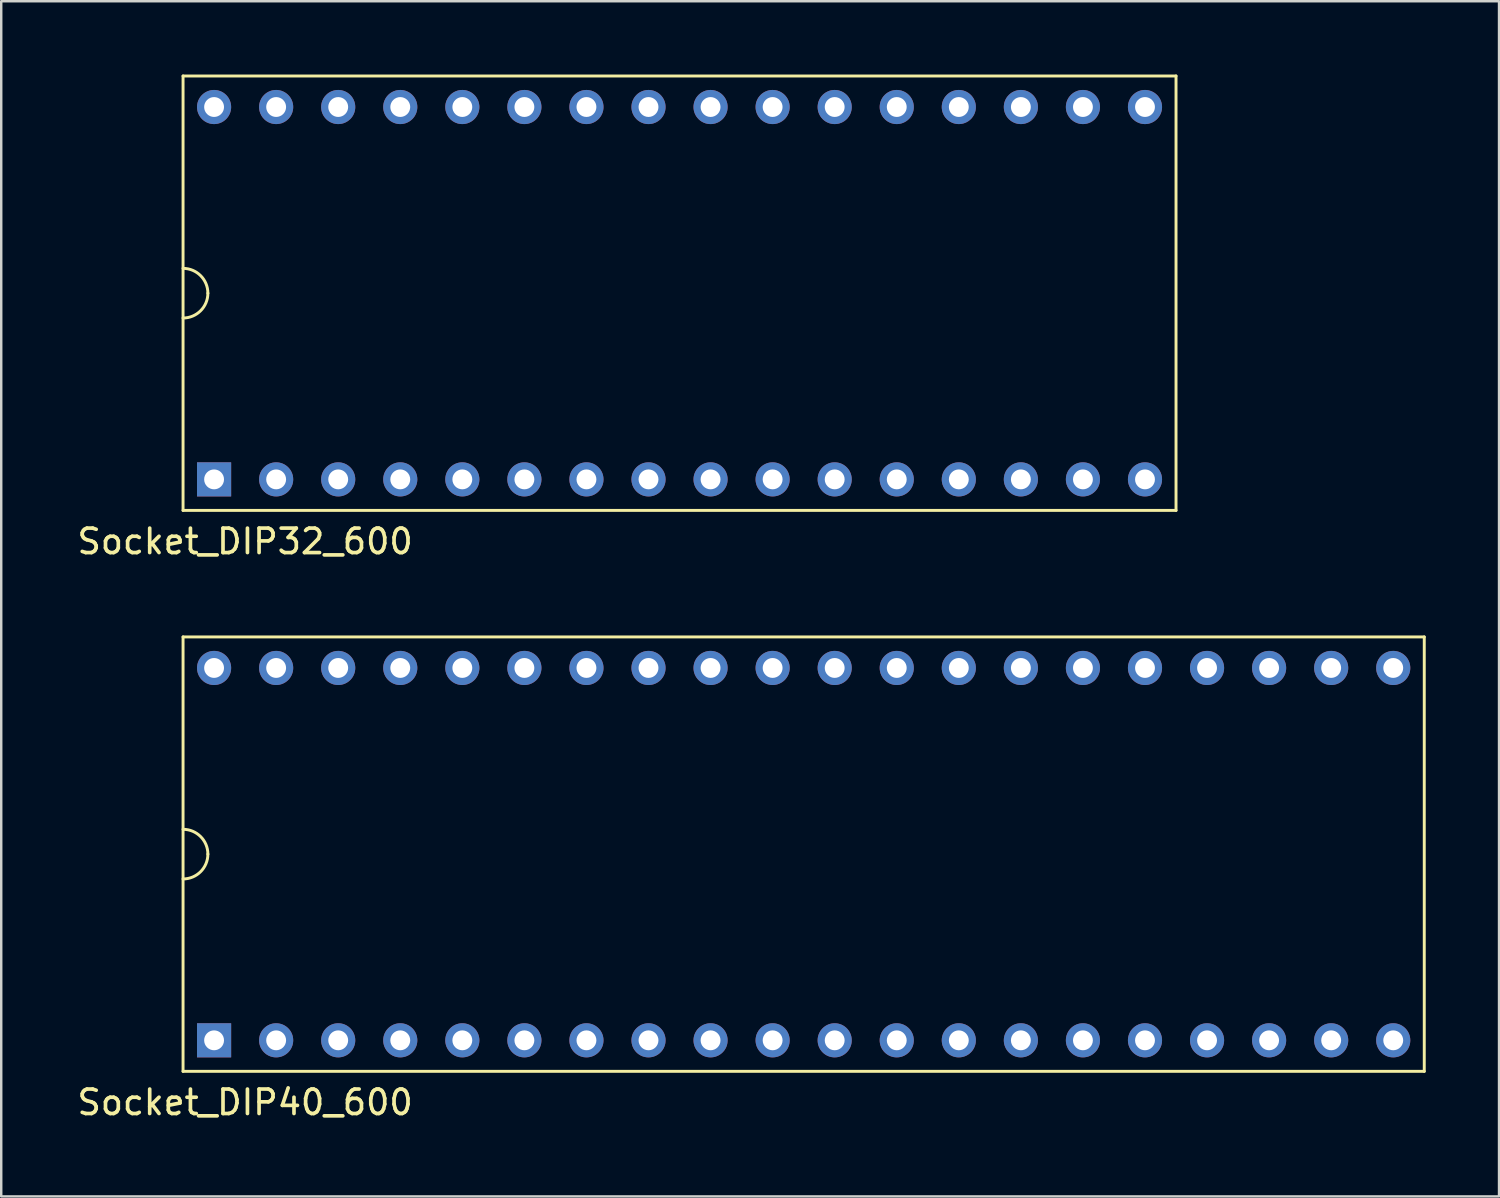
<source format=kicad_pcb>
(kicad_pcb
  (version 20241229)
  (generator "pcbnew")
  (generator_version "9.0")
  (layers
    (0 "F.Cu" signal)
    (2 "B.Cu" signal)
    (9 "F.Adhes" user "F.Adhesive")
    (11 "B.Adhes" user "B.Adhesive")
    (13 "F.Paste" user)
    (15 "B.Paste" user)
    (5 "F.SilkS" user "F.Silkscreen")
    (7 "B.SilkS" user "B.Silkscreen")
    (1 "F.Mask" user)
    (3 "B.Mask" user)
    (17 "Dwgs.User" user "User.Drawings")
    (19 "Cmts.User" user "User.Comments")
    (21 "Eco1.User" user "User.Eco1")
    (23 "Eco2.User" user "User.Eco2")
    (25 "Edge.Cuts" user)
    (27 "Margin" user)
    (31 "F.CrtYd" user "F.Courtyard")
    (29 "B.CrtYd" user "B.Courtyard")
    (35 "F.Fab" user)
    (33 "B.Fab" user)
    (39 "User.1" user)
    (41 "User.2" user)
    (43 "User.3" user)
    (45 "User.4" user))
  (footprint "Socket_DIP40_600"
    (layer "F.Cu")
    (at 29.842 31.908)
    (property "Reference" "Socket_DIP40_600" (at -22.86 10.16 0) (layer "F.SilkS") (effects (font (size 1 1) (thickness 0.15))))
    (attr through_hole)
    (fp_line (start -25.4 -8.89) (end 25.4 -8.89) (stroke (width 0.12) (type solid)) (layer "F.SilkS"))
    (fp_line (start -25.4 8.89) (end -25.4 -8.89) (stroke (width 0.12) (type solid)) (layer "F.SilkS"))
    (fp_line (start -25.4 8.89) (end 25.4 8.89) (stroke (width 0.12) (type solid)) (layer "F.SilkS"))
    (fp_line (start 25.4 8.89) (end 25.4 -8.89) (stroke (width 0.12) (type solid)) (layer "F.SilkS"))
    (fp_arc (start -25.4 -1.016) (mid -24.68158 -0.71842) (end -24.384 0) (stroke (width 0.12) (type solid)) (layer "F.SilkS"))
    (fp_arc (start -24.384 0) (mid -24.68158 0.71842) (end -25.4 1.016) (stroke (width 0.12) (type solid)) (layer "F.SilkS"))
    (pad "1" thru_hole rect (at -24.13 7.62) (size 1.397 1.397) (drill 0.813) (layers "*.Cu" "*.Mask"))
    (pad "2" thru_hole circle (at -21.59 7.62) (size 1.397 1.397) (drill 0.813) (layers "*.Cu" "*.Mask"))
    (pad "3" thru_hole circle (at -19.05 7.62) (size 1.397 1.397) (drill 0.813) (layers "*.Cu" "*.Mask"))
    (pad "4" thru_hole circle (at -16.51 7.62) (size 1.397 1.397) (drill 0.813) (layers "*.Cu" "*.Mask"))
    (pad "5" thru_hole circle (at -13.97 7.62) (size 1.397 1.397) (drill 0.813) (layers "*.Cu" "*.Mask"))
    (pad "6" thru_hole circle (at -11.43 7.62) (size 1.397 1.397) (drill 0.813) (layers "*.Cu" "*.Mask"))
    (pad "7" thru_hole circle (at -8.89 7.62) (size 1.397 1.397) (drill 0.813) (layers "*.Cu" "*.Mask"))
    (pad "8" thru_hole circle (at -6.35 7.62) (size 1.397 1.397) (drill 0.813) (layers "*.Cu" "*.Mask"))
    (pad "9" thru_hole circle (at -3.81 7.62) (size 1.397 1.397) (drill 0.813) (layers "*.Cu" "*.Mask"))
    (pad "10" thru_hole circle (at -1.27 7.62) (size 1.397 1.397) (drill 0.813) (layers "*.Cu" "*.Mask"))
    (pad "11" thru_hole circle (at 1.27 7.62) (size 1.397 1.397) (drill 0.813) (layers "*.Cu" "*.Mask"))
    (pad "12" thru_hole circle (at 3.81 7.62) (size 1.397 1.397) (drill 0.813) (layers "*.Cu" "*.Mask"))
    (pad "13" thru_hole circle (at 6.35 7.62) (size 1.397 1.397) (drill 0.813) (layers "*.Cu" "*.Mask"))
    (pad "14" thru_hole circle (at 8.89 7.62) (size 1.397 1.397) (drill 0.813) (layers "*.Cu" "*.Mask"))
    (pad "15" thru_hole circle (at 11.43 7.62) (size 1.397 1.397) (drill 0.813) (layers "*.Cu" "*.Mask"))
    (pad "16" thru_hole circle (at 13.97 7.62) (size 1.397 1.397) (drill 0.813) (layers "*.Cu" "*.Mask"))
    (pad "17" thru_hole circle (at 16.51 7.62) (size 1.397 1.397) (drill 0.813) (layers "*.Cu" "*.Mask"))
    (pad "18" thru_hole circle (at 19.05 7.62) (size 1.397 1.397) (drill 0.813) (layers "*.Cu" "*.Mask"))
    (pad "19" thru_hole circle (at 21.59 7.62) (size 1.397 1.397) (drill 0.813) (layers "*.Cu" "*.Mask"))
    (pad "20" thru_hole circle (at 24.13 7.62) (size 1.397 1.397) (drill 0.813) (layers "*.Cu" "*.Mask"))
    (pad "21" thru_hole circle (at 24.13 -7.62) (size 1.397 1.397) (drill 0.813) (layers "*.Cu" "*.Mask"))
    (pad "22" thru_hole circle (at 21.59 -7.62) (size 1.397 1.397) (drill 0.813) (layers "*.Cu" "*.Mask"))
    (pad "23" thru_hole circle (at 19.05 -7.62) (size 1.397 1.397) (drill 0.813) (layers "*.Cu" "*.Mask"))
    (pad "24" thru_hole circle (at 16.51 -7.62) (size 1.397 1.397) (drill 0.813) (layers "*.Cu" "*.Mask"))
    (pad "25" thru_hole circle (at 13.97 -7.62) (size 1.397 1.397) (drill 0.813) (layers "*.Cu" "*.Mask"))
    (pad "26" thru_hole circle (at 11.43 -7.62) (size 1.397 1.397) (drill 0.813) (layers "*.Cu" "*.Mask"))
    (pad "27" thru_hole circle (at 8.89 -7.62) (size 1.397 1.397) (drill 0.813) (layers "*.Cu" "*.Mask"))
    (pad "28" thru_hole circle (at 6.35 -7.62) (size 1.397 1.397) (drill 0.813) (layers "*.Cu" "*.Mask"))
    (pad "29" thru_hole circle (at 3.81 -7.62) (size 1.397 1.397) (drill 0.813) (layers "*.Cu" "*.Mask"))
    (pad "30" thru_hole circle (at 1.27 -7.62) (size 1.397 1.397) (drill 0.813) (layers "*.Cu" "*.Mask"))
    (pad "31" thru_hole circle (at -1.27 -7.62) (size 1.397 1.397) (drill 0.813) (layers "*.Cu" "*.Mask"))
    (pad "32" thru_hole circle (at -3.81 -7.62) (size 1.397 1.397) (drill 0.813) (layers "*.Cu" "*.Mask"))
    (pad "33" thru_hole circle (at -6.35 -7.62) (size 1.397 1.397) (drill 0.813) (layers "*.Cu" "*.Mask"))
    (pad "34" thru_hole circle (at -8.89 -7.62) (size 1.397 1.397) (drill 0.813) (layers "*.Cu" "*.Mask"))
    (pad "35" thru_hole circle (at -11.43 -7.62) (size 1.397 1.397) (drill 0.813) (layers "*.Cu" "*.Mask"))
    (pad "36" thru_hole circle (at -13.97 -7.62) (size 1.397 1.397) (drill 0.813) (layers "*.Cu" "*.Mask"))
    (pad "37" thru_hole circle (at -16.51 -7.62) (size 1.397 1.397) (drill 0.813) (layers "*.Cu" "*.Mask"))
    (pad "38" thru_hole circle (at -19.05 -7.62) (size 1.397 1.397) (drill 0.813) (layers "*.Cu" "*.Mask"))
    (pad "39" thru_hole circle (at -21.59 -7.62) (size 1.397 1.397) (drill 0.813) (layers "*.Cu" "*.Mask"))
    (pad "40" thru_hole circle (at -24.13 -7.62) (size 1.397 1.397) (drill 0.813) (layers "*.Cu" "*.Mask")))
  (footprint "Socket_DIP32_600"
    (layer "F.Cu")
    (at 24.762 8.95)
    (property "Reference" "Socket_DIP32_600" (at -17.78 10.16 0) (layer "F.SilkS") (effects (font (size 1 1) (thickness 0.15))))
    (attr through_hole)
    (fp_line (start -20.32 -8.89) (end 20.32 -8.89) (stroke (width 0.12) (type solid)) (layer "F.SilkS"))
    (fp_line (start -20.32 8.89) (end -20.32 -8.89) (stroke (width 0.12) (type solid)) (layer "F.SilkS"))
    (fp_line (start 20.32 -8.89) (end 20.32 8.89) (stroke (width 0.12) (type solid)) (layer "F.SilkS"))
    (fp_line (start 20.32 8.89) (end -20.32 8.89) (stroke (width 0.12) (type solid)) (layer "F.SilkS"))
    (fp_arc (start -20.32 -1.016) (mid -19.60158 -0.71842) (end -19.304 0) (stroke (width 0.12) (type solid)) (layer "F.SilkS"))
    (fp_arc (start -19.304 0) (mid -19.60158 0.71842) (end -20.32 1.016) (stroke (width 0.12) (type solid)) (layer "F.SilkS"))
    (pad "1" thru_hole rect (at -19.05 7.62) (size 1.397 1.397) (drill 0.813) (layers "*.Cu" "*.Mask"))
    (pad "2" thru_hole circle (at -16.51 7.62) (size 1.397 1.397) (drill 0.813) (layers "*.Cu" "*.Mask"))
    (pad "3" thru_hole circle (at -13.97 7.62) (size 1.397 1.397) (drill 0.813) (layers "*.Cu" "*.Mask"))
    (pad "4" thru_hole circle (at -11.43 7.62) (size 1.397 1.397) (drill 0.813) (layers "*.Cu" "*.Mask"))
    (pad "5" thru_hole circle (at -8.89 7.62) (size 1.397 1.397) (drill 0.813) (layers "*.Cu" "*.Mask"))
    (pad "6" thru_hole circle (at -6.35 7.62) (size 1.397 1.397) (drill 0.813) (layers "*.Cu" "*.Mask"))
    (pad "7" thru_hole circle (at -3.81 7.62) (size 1.397 1.397) (drill 0.813) (layers "*.Cu" "*.Mask"))
    (pad "8" thru_hole circle (at -1.27 7.62) (size 1.397 1.397) (drill 0.813) (layers "*.Cu" "*.Mask"))
    (pad "9" thru_hole circle (at 1.27 7.62) (size 1.397 1.397) (drill 0.813) (layers "*.Cu" "*.Mask"))
    (pad "10" thru_hole circle (at 3.81 7.62) (size 1.397 1.397) (drill 0.813) (layers "*.Cu" "*.Mask"))
    (pad "11" thru_hole circle (at 6.35 7.62) (size 1.397 1.397) (drill 0.813) (layers "*.Cu" "*.Mask"))
    (pad "12" thru_hole circle (at 8.89 7.62) (size 1.397 1.397) (drill 0.813) (layers "*.Cu" "*.Mask"))
    (pad "13" thru_hole circle (at 11.43 7.62) (size 1.397 1.397) (drill 0.813) (layers "*.Cu" "*.Mask"))
    (pad "14" thru_hole circle (at 13.97 7.62) (size 1.397 1.397) (drill 0.813) (layers "*.Cu" "*.Mask"))
    (pad "15" thru_hole circle (at 16.51 7.62) (size 1.397 1.397) (drill 0.813) (layers "*.Cu" "*.Mask"))
    (pad "16" thru_hole circle (at 19.05 7.62) (size 1.397 1.397) (drill 0.813) (layers "*.Cu" "*.Mask"))
    (pad "17" thru_hole circle (at 19.05 -7.62) (size 1.397 1.397) (drill 0.813) (layers "*.Cu" "*.Mask"))
    (pad "18" thru_hole circle (at 16.51 -7.62) (size 1.397 1.397) (drill 0.813) (layers "*.Cu" "*.Mask"))
    (pad "19" thru_hole circle (at 13.97 -7.62) (size 1.397 1.397) (drill 0.813) (layers "*.Cu" "*.Mask"))
    (pad "20" thru_hole circle (at 11.43 -7.62) (size 1.397 1.397) (drill 0.813) (layers "*.Cu" "*.Mask"))
    (pad "21" thru_hole circle (at 8.89 -7.62) (size 1.397 1.397) (drill 0.813) (layers "*.Cu" "*.Mask"))
    (pad "22" thru_hole circle (at 6.35 -7.62) (size 1.397 1.397) (drill 0.813) (layers "*.Cu" "*.Mask"))
    (pad "23" thru_hole circle (at 3.81 -7.62) (size 1.397 1.397) (drill 0.813) (layers "*.Cu" "*.Mask"))
    (pad "24" thru_hole circle (at 1.27 -7.62) (size 1.397 1.397) (drill 0.813) (layers "*.Cu" "*.Mask"))
    (pad "25" thru_hole circle (at -1.27 -7.62) (size 1.397 1.397) (drill 0.813) (layers "*.Cu" "*.Mask"))
    (pad "26" thru_hole circle (at -3.81 -7.62) (size 1.397 1.397) (drill 0.813) (layers "*.Cu" "*.Mask"))
    (pad "27" thru_hole circle (at -6.35 -7.62) (size 1.397 1.397) (drill 0.813) (layers "*.Cu" "*.Mask"))
    (pad "28" thru_hole circle (at -8.89 -7.62) (size 1.397 1.397) (drill 0.813) (layers "*.Cu" "*.Mask"))
    (pad "29" thru_hole circle (at -11.43 -7.62) (size 1.397 1.397) (drill 0.813) (layers "*.Cu" "*.Mask"))
    (pad "30" thru_hole circle (at -13.97 -7.62) (size 1.397 1.397) (drill 0.813) (layers "*.Cu" "*.Mask"))
    (pad "31" thru_hole circle (at -16.51 -7.62) (size 1.397 1.397) (drill 0.813) (layers "*.Cu" "*.Mask"))
    (pad "32" thru_hole circle (at -19.05 -7.62) (size 1.397 1.397) (drill 0.813) (layers "*.Cu" "*.Mask")))
  (gr_rect
    (start -3 -3)
    (end 58.302 45.916)
    (stroke (width 0.1) (type default))
    (fill no)
    (layer "Edge.Cuts")))
</source>
